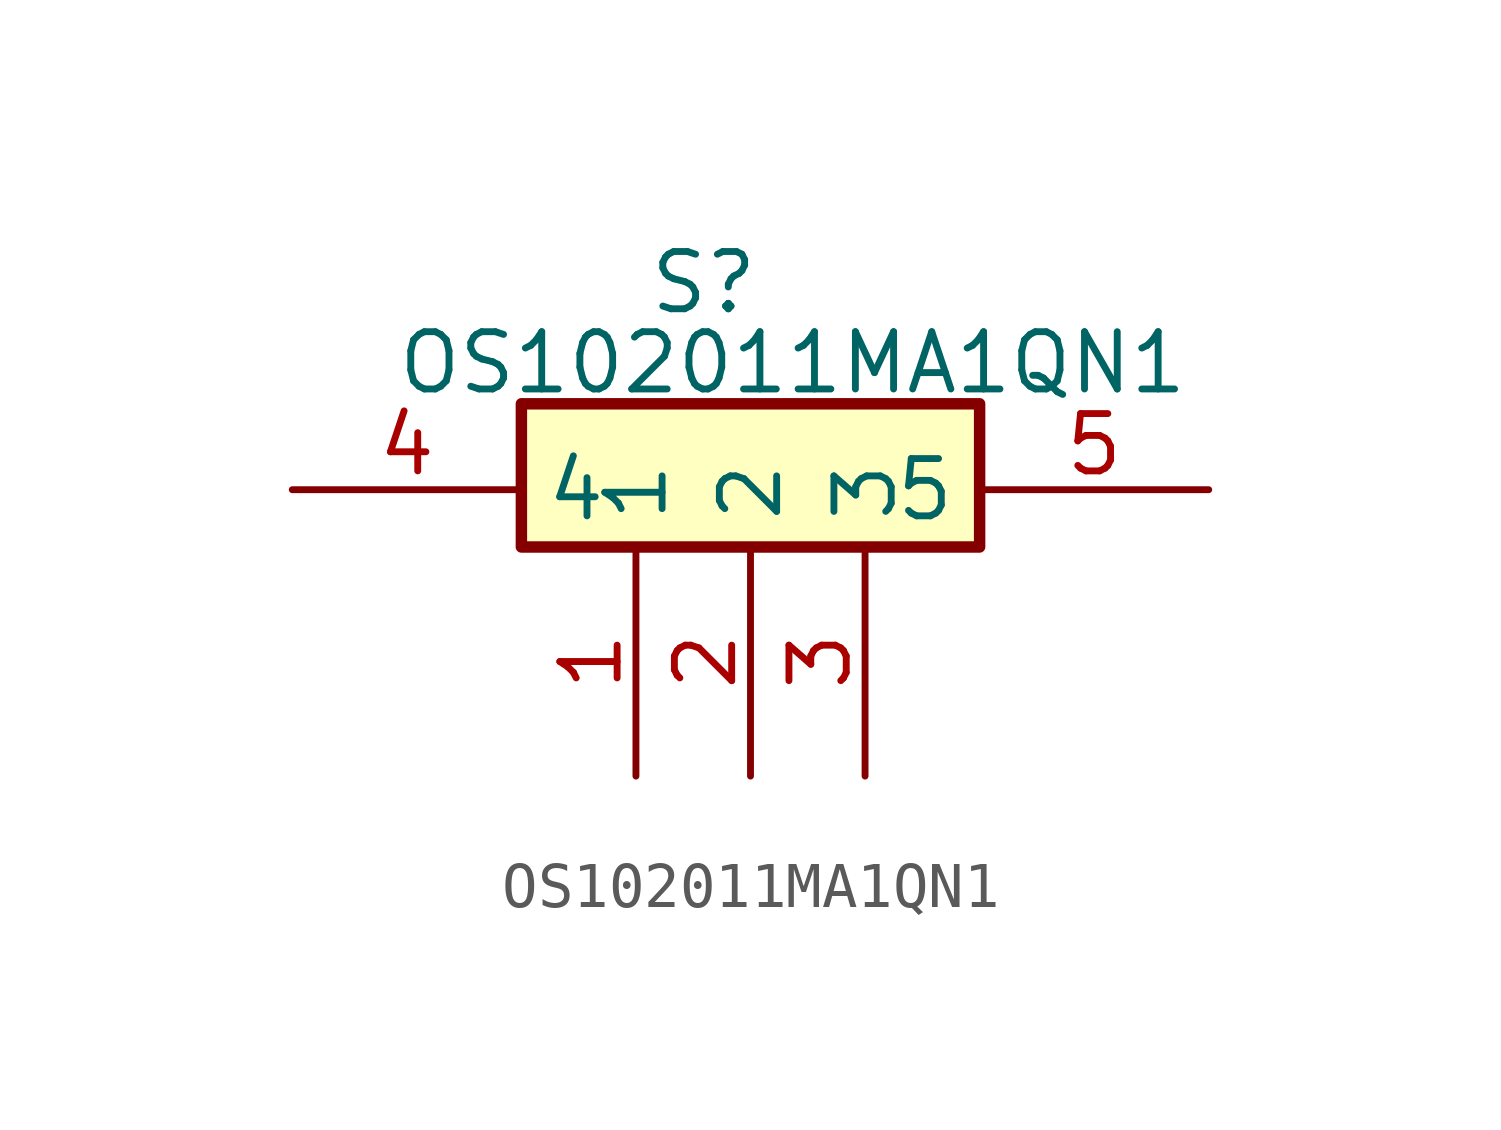
<source format=kicad_sym>
(kicad_symbol_lib
  (version 20241209)
  (generator "kicad_symbol_editor")
  (generator_version "9.0")
  (symbol "OS102011MA1QN1"
    (property "Reference" "S"
      (at 0.254 11.684 0)
      (effects (font (size 1.27 1.27)) (justify left top)))
    (property "Value" "OS102011MA1QN1"
      (at -5.334 9.906 0)
      (effects (font (size 1.27 1.27)) (justify left top)))
    (symbol "OS102011MA1QN1_1_1"
      (rectangle (start -2.54 8.255) (end 7.62 5.08) (stroke (width 0.254) (type default)) (fill (type background)))
      (pin passive line (at -7.62 6.35 0) (length 5.08) (name "4" (effects (font (size 1.27 1.27)))) (number "4" (effects (font (size 1.27 1.27)))))
      (pin passive line (at 0 0 90) (length 5.08) (name "1" (effects (font (size 1.27 1.27)))) (number "1" (effects (font (size 1.27 1.27)))))
      (pin passive line (at 2.54 0 90) (length 5.08) (name "2" (effects (font (size 1.27 1.27)))) (number "2" (effects (font (size 1.27 1.27)))))
      (pin passive line (at 5.08 0 90) (length 5.08) (name "3" (effects (font (size 1.27 1.27)))) (number "3" (effects (font (size 1.27 1.27)))))
      (pin passive line (at 12.7 6.35 180) (length 5.08) (name "5" (effects (font (size 1.27 1.27)))) (number "5" (effects (font (size 1.27 1.27))))))))
</source>
